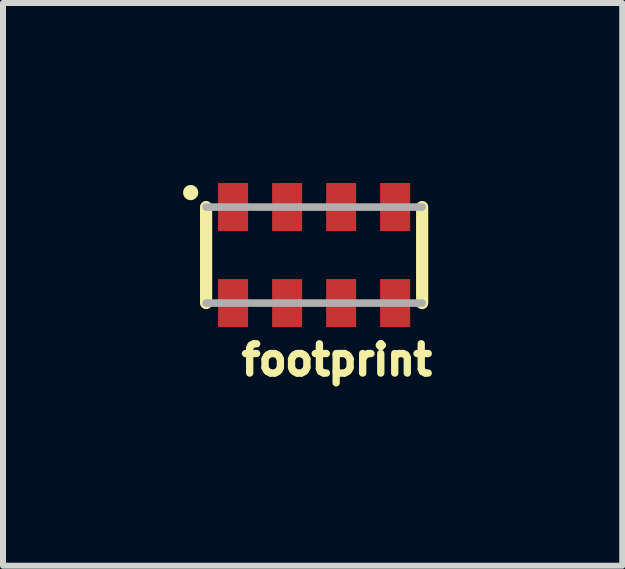
<source format=kicad_pcb>
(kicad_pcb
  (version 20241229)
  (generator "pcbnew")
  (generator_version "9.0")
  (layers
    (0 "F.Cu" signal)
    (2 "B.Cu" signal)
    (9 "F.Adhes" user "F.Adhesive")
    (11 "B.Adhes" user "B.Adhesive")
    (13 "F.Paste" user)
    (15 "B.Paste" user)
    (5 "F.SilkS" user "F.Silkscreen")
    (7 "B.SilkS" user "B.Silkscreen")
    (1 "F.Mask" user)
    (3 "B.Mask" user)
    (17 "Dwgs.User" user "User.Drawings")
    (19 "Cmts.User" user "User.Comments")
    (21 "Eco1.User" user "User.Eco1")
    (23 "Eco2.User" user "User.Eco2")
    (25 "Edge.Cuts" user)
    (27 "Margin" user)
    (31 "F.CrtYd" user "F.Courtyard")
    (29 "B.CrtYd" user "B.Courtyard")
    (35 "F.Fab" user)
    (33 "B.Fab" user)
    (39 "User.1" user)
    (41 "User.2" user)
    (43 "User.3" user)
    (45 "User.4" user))
  (footprint "footprint"
    (layer "F.Cu")
    (at 2.184 1.2)
    (property "Reference" "footprint" (at -1.27 2.032 0) (layer "F.SilkS") (effects (font (size 0.488 0.488) (thickness 0.122)) (justify left bottom)))
    (fp_line (start -1.8 -0.8) (end -1.8 0.8) (stroke (width 0.203) (type solid)) (layer "F.SilkS"))
    (fp_line (start 1.8 0.8) (end 1.8 -0.8) (stroke (width 0.203) (type solid)) (layer "F.SilkS"))
    (fp_circle (center -2.057 -1.041) (end -1.994 -1.041) (stroke (width 0.127) (type solid)) (fill yes) (layer "F.SilkS"))
    (fp_line (start 1.8 -0.8) (end -1.8 -0.8) (stroke (width 0.127) (type solid)) (layer "F.Fab"))
    (fp_line (start 1.8 0.8) (end -1.8 0.8) (stroke (width 0.127) (type solid)) (layer "F.Fab"))
    (pad "1" smd rect (at -1.35 0.8) (size 0.5 0.8) (layers "F.Cu" "F.Mask" "F.Paste"))
    (pad "2" smd rect (at -0.45 0.8) (size 0.5 0.8) (layers "F.Cu" "F.Mask" "F.Paste"))
    (pad "3" smd rect (at 0.45 0.8) (size 0.5 0.8) (layers "F.Cu" "F.Mask" "F.Paste"))
    (pad "4" smd rect (at 1.35 0.8) (size 0.5 0.8) (layers "F.Cu" "F.Mask" "F.Paste"))
    (pad "5" smd rect (at 1.35 -0.8) (size 0.5 0.8) (layers "F.Cu" "F.Mask" "F.Paste"))
    (pad "6" smd rect (at 0.45 -0.8) (size 0.5 0.8) (layers "F.Cu" "F.Mask" "F.Paste"))
    (pad "7" smd rect (at -0.45 -0.8) (size 0.5 0.8) (layers "F.Cu" "F.Mask" "F.Paste"))
    (pad "8" smd rect (at -1.35 -0.8) (size 0.5 0.8) (layers "F.Cu" "F.Mask" "F.Paste")))
  (gr_rect
    (start -3 -3)
    (end 7.318 6.377)
    (stroke (width 0.1) (type default))
    (fill no)
    (layer "Edge.Cuts")))
</source>
